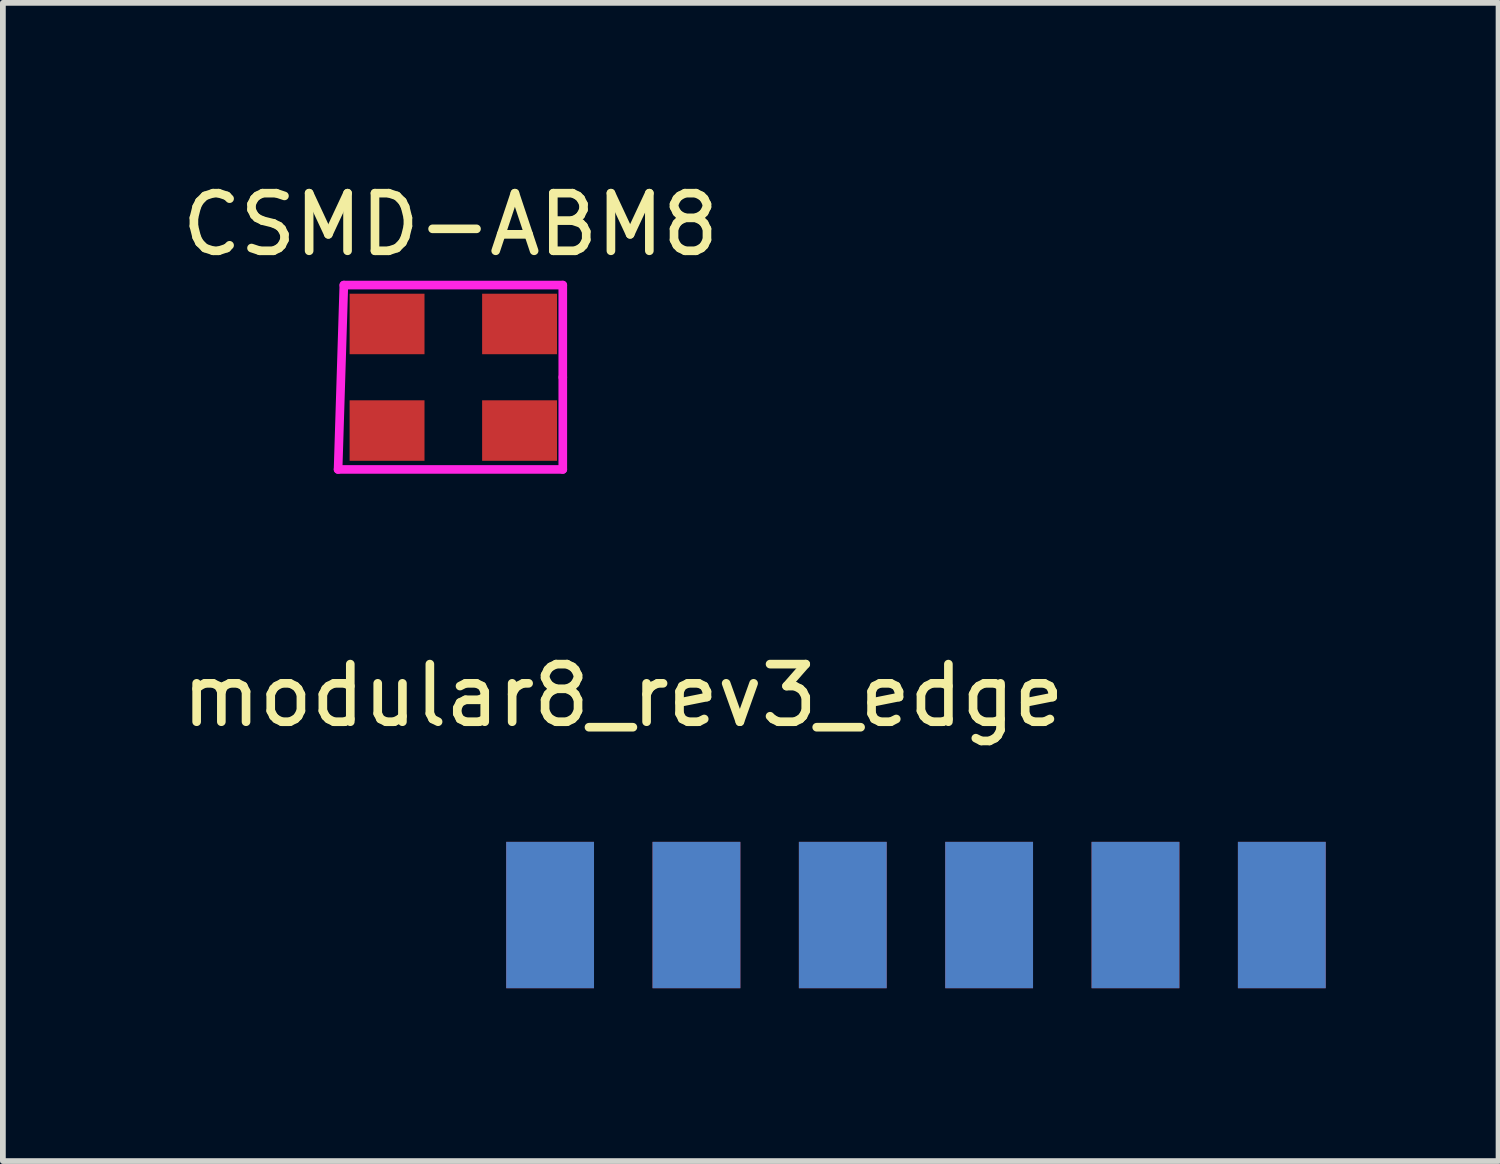
<source format=kicad_pcb>
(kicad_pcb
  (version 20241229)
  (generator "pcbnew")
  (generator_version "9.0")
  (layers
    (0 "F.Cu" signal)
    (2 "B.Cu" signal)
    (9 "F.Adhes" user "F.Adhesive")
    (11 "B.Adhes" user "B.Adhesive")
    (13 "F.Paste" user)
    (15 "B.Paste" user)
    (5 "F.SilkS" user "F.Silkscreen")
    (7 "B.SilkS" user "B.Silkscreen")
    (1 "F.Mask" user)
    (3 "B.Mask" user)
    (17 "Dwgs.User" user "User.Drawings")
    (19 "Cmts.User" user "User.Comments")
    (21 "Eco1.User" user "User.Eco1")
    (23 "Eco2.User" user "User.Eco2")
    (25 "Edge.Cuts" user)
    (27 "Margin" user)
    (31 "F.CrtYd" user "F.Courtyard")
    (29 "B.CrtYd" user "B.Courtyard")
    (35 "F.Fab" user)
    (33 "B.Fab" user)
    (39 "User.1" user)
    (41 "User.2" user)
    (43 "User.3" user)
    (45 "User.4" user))
  (footprint "modular8_rev3_edge"
    (layer "F.Cu")
    (at 11.578 12.832)
    (property "Reference" "modular8_rev3_edge" (at -3.81 -3.81 0) (layer "F.SilkS") (effects (font (size 1 1) (thickness 0.15))))
    (attr through_hole)
    (pad "1" smd rect (at -5.08 0) (size 1.524 2.54) (layers "F.Cu" "F.Mask" "F.Paste"))
    (pad "2" smd rect (at -5.08 0) (size 1.524 2.54) (layers "F.Mask" "B.Cu" "F.Paste"))
    (pad "3" smd rect (at -2.54 0) (size 1.524 2.54) (layers "F.Cu" "F.Mask" "F.Paste"))
    (pad "4" smd rect (at -2.54 0) (size 1.524 2.54) (layers "F.Mask" "B.Cu" "F.Paste"))
    (pad "5" smd rect (at 0 0) (size 1.524 2.54) (layers "F.Cu" "F.Mask" "F.Paste"))
    (pad "6" smd rect (at 0 0) (size 1.524 2.54) (layers "F.Mask" "B.Cu" "F.Paste"))
    (pad "7" smd rect (at 2.54 0) (size 1.524 2.54) (layers "F.Cu" "F.Mask" "F.Paste"))
    (pad "8" smd rect (at 2.54 0) (size 1.524 2.54) (layers "F.Mask" "B.Cu" "F.Paste"))
    (pad "9" smd rect (at 5.08 0) (size 1.524 2.54) (layers "F.Cu" "F.Mask" "F.Paste"))
    (pad "10" smd rect (at 5.08 0) (size 1.524 2.54) (layers "F.Mask" "B.Cu" "F.Paste"))
    (pad "11" smd rect (at 7.62 0) (size 1.524 2.54) (layers "F.Cu" "F.Mask" "F.Paste"))
    (pad "12" smd rect (at 7.62 0) (size 1.524 2.54) (layers "F.Mask" "B.Cu" "F.Paste")))
  (footprint "CSMD-ABM8"
    (layer "F.Cu")
    (at 4.818 3.498)
    (property "Reference" "CSMD-ABM8" (at -0.05 -2.65 0) (layer "F.SilkS") (effects (font (size 1 1) (thickness 0.15))))
    (attr through_hole)
    (fp_line (start -2 1.6) (end 1.9 1.6) (stroke (width 0.15) (type solid)) (layer "F.CrtYd"))
    (fp_line (start -1.9 -1.6) (end -2 1.6) (stroke (width 0.15) (type solid)) (layer "F.CrtYd"))
    (fp_line (start 1.9 -1.6) (end -1.9 -1.6) (stroke (width 0.15) (type solid)) (layer "F.CrtYd"))
    (fp_line (start 1.9 0) (end 1.9 -1.6) (stroke (width 0.15) (type solid)) (layer "F.CrtYd"))
    (fp_line (start 1.9 1.6) (end 1.9 0) (stroke (width 0.15) (type solid)) (layer "F.CrtYd"))
    (pad "1" smd rect (at -1.15 0.925) (size 1.3 1.05) (layers "F.Cu" "F.Mask" "F.Paste"))
    (pad "2" smd rect (at 1.15 0.925) (size 1.3 1.05) (layers "F.Cu" "F.Mask" "F.Paste"))
    (pad "3" smd rect (at 1.15 -0.925) (size 1.3 1.05) (layers "F.Cu" "F.Mask" "F.Paste"))
    (pad "4" smd rect (at -1.15 -0.925) (size 1.3 1.05) (layers "F.Cu" "F.Mask" "F.Paste")))
  (gr_rect
    (start -3 -3)
    (end 22.96 17.102)
    (stroke (width 0.1) (type default))
    (fill no)
    (layer "Edge.Cuts")))
</source>
